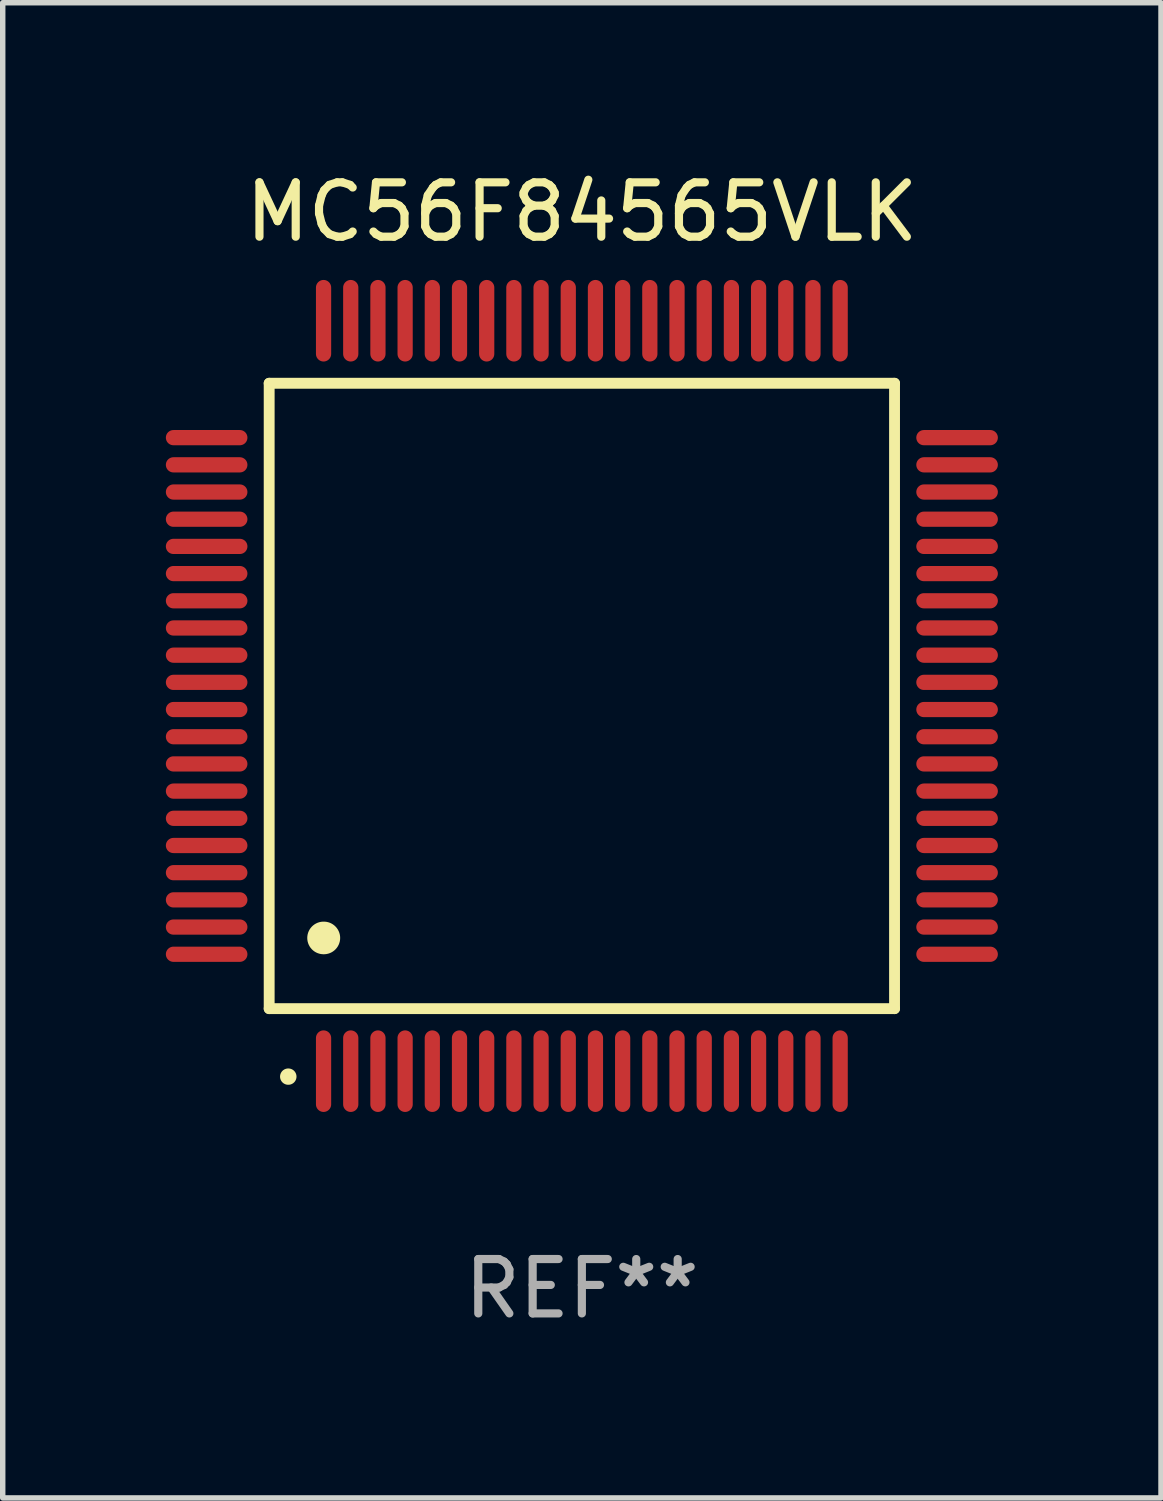
<source format=kicad_pcb>
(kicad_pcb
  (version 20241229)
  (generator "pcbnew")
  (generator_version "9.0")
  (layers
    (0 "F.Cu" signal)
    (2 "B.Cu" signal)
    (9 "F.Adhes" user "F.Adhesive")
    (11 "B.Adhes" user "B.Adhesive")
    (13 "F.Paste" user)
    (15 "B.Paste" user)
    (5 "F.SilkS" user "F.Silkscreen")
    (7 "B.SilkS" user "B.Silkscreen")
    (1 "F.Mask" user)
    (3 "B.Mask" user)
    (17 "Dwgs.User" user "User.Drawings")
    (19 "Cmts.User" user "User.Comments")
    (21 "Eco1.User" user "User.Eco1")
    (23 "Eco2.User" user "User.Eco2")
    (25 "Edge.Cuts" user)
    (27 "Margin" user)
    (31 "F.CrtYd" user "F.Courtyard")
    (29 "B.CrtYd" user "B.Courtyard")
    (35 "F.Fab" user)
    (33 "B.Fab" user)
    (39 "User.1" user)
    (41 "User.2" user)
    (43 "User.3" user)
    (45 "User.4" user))
  (footprint "MC56F84565VLK"
    (layer "F.Cu")
    (at 7.65 9.748)
    (property "Reference" "MC56F84565VLK" (at 0 -8.9 0) (layer "F.SilkS") (effects (font (size 1 1) (thickness 0.15))))
    (attr through_hole)
    (fp_line (start -5.75 -5.75) (end 5.75 -5.75) (stroke (width 0.2) (type solid)) (layer "F.SilkS"))
    (fp_line (start -5.75 5.75) (end -5.75 -5.75) (stroke (width 0.2) (type solid)) (layer "F.SilkS"))
    (fp_line (start 5.75 -5.75) (end 5.75 5.75) (stroke (width 0.2) (type solid)) (layer "F.SilkS"))
    (fp_line (start 5.75 5.75) (end -5.75 5.75) (stroke (width 0.2) (type solid)) (layer "F.SilkS"))
    (fp_arc (start -5.400051 7.000254) (mid -5.398781 7.000249) (end -5.397511 7.000254) (stroke (width 0.3) (type solid)) (layer "F.SilkS"))
    (fp_arc (start -4.749809 4.450089) (mid -4.747269 4.450078) (end -4.744729 4.450089) (stroke (width 0.6) (type solid)) (layer "F.SilkS"))
    (fp_text user "REF**" (at 0 10.9 0) (layer "F.Fab") (effects (font (size 1 1) (thickness 0.15))))
    (pad "1" smd oval (at -4.75 6.9) (size 0.28 1.5) (layers "F.Cu" "F.Mask" "F.Paste"))
    (pad "2" smd oval (at -4.25 6.9) (size 0.28 1.5) (layers "F.Cu" "F.Mask" "F.Paste"))
    (pad "3" smd oval (at -3.75 6.9) (size 0.28 1.5) (layers "F.Cu" "F.Mask" "F.Paste"))
    (pad "4" smd oval (at -3.25 6.9) (size 0.28 1.5) (layers "F.Cu" "F.Mask" "F.Paste"))
    (pad "5" smd oval (at -2.75 6.9) (size 0.28 1.5) (layers "F.Cu" "F.Mask" "F.Paste"))
    (pad "6" smd oval (at -2.25 6.9) (size 0.28 1.5) (layers "F.Cu" "F.Mask" "F.Paste"))
    (pad "7" smd oval (at -1.75 6.9) (size 0.28 1.5) (layers "F.Cu" "F.Mask" "F.Paste"))
    (pad "8" smd oval (at -1.25 6.9) (size 0.28 1.5) (layers "F.Cu" "F.Mask" "F.Paste"))
    (pad "9" smd oval (at -0.75 6.9) (size 0.28 1.5) (layers "F.Cu" "F.Mask" "F.Paste"))
    (pad "10" smd oval (at -0.25 6.9) (size 0.28 1.5) (layers "F.Cu" "F.Mask" "F.Paste"))
    (pad "11" smd oval (at 0.25 6.9) (size 0.28 1.5) (layers "F.Cu" "F.Mask" "F.Paste"))
    (pad "12" smd oval (at 0.75 6.9) (size 0.28 1.5) (layers "F.Cu" "F.Mask" "F.Paste"))
    (pad "13" smd oval (at 1.25 6.9) (size 0.28 1.5) (layers "F.Cu" "F.Mask" "F.Paste"))
    (pad "14" smd oval (at 1.75 6.9) (size 0.28 1.5) (layers "F.Cu" "F.Mask" "F.Paste"))
    (pad "15" smd oval (at 2.25 6.9) (size 0.28 1.5) (layers "F.Cu" "F.Mask" "F.Paste"))
    (pad "16" smd oval (at 2.75 6.9) (size 0.28 1.5) (layers "F.Cu" "F.Mask" "F.Paste"))
    (pad "17" smd oval (at 3.25 6.9) (size 0.28 1.5) (layers "F.Cu" "F.Mask" "F.Paste"))
    (pad "18" smd oval (at 3.75 6.9) (size 0.28 1.5) (layers "F.Cu" "F.Mask" "F.Paste"))
    (pad "19" smd oval (at 4.25 6.9) (size 0.28 1.5) (layers "F.Cu" "F.Mask" "F.Paste"))
    (pad "20" smd oval (at 4.75 6.9) (size 0.28 1.5) (layers "F.Cu" "F.Mask" "F.Paste"))
    (pad "21" smd oval (at 6.9 4.75) (size 1.5 0.28) (layers "F.Cu" "F.Mask" "F.Paste"))
    (pad "22" smd oval (at 6.9 4.25) (size 1.5 0.28) (layers "F.Cu" "F.Mask" "F.Paste"))
    (pad "23" smd oval (at 6.9 3.75) (size 1.5 0.28) (layers "F.Cu" "F.Mask" "F.Paste"))
    (pad "24" smd oval (at 6.9 3.25) (size 1.5 0.28) (layers "F.Cu" "F.Mask" "F.Paste"))
    (pad "25" smd oval (at 6.9 2.75) (size 1.5 0.28) (layers "F.Cu" "F.Mask" "F.Paste"))
    (pad "26" smd oval (at 6.9 2.25) (size 1.5 0.28) (layers "F.Cu" "F.Mask" "F.Paste"))
    (pad "27" smd oval (at 6.9 1.75) (size 1.5 0.28) (layers "F.Cu" "F.Mask" "F.Paste"))
    (pad "28" smd oval (at 6.9 1.25) (size 1.5 0.28) (layers "F.Cu" "F.Mask" "F.Paste"))
    (pad "29" smd oval (at 6.9 0.75) (size 1.5 0.28) (layers "F.Cu" "F.Mask" "F.Paste"))
    (pad "30" smd oval (at 6.9 0.25) (size 1.5 0.28) (layers "F.Cu" "F.Mask" "F.Paste"))
    (pad "31" smd oval (at 6.9 -0.25) (size 1.5 0.28) (layers "F.Cu" "F.Mask" "F.Paste"))
    (pad "32" smd oval (at 6.9 -0.75) (size 1.5 0.28) (layers "F.Cu" "F.Mask" "F.Paste"))
    (pad "33" smd oval (at 6.9 -1.25) (size 1.5 0.28) (layers "F.Cu" "F.Mask" "F.Paste"))
    (pad "34" smd oval (at 6.9 -1.75) (size 1.5 0.28) (layers "F.Cu" "F.Mask" "F.Paste"))
    (pad "35" smd oval (at 6.9 -2.25) (size 1.5 0.28) (layers "F.Cu" "F.Mask" "F.Paste"))
    (pad "36" smd oval (at 6.9 -2.75) (size 1.5 0.28) (layers "F.Cu" "F.Mask" "F.Paste"))
    (pad "37" smd oval (at 6.9 -3.25) (size 1.5 0.28) (layers "F.Cu" "F.Mask" "F.Paste"))
    (pad "38" smd oval (at 6.9 -3.75) (size 1.5 0.28) (layers "F.Cu" "F.Mask" "F.Paste"))
    (pad "39" smd oval (at 6.9 -4.25) (size 1.5 0.28) (layers "F.Cu" "F.Mask" "F.Paste"))
    (pad "40" smd oval (at 6.9 -4.75) (size 1.5 0.28) (layers "F.Cu" "F.Mask" "F.Paste"))
    (pad "41" smd oval (at 4.75 -6.9) (size 0.28 1.5) (layers "F.Cu" "F.Mask" "F.Paste"))
    (pad "42" smd oval (at 4.25 -6.9) (size 0.28 1.5) (layers "F.Cu" "F.Mask" "F.Paste"))
    (pad "43" smd oval (at 3.75 -6.9) (size 0.28 1.5) (layers "F.Cu" "F.Mask" "F.Paste"))
    (pad "44" smd oval (at 3.25 -6.9) (size 0.28 1.5) (layers "F.Cu" "F.Mask" "F.Paste"))
    (pad "45" smd oval (at 2.75 -6.9) (size 0.28 1.5) (layers "F.Cu" "F.Mask" "F.Paste"))
    (pad "46" smd oval (at 2.25 -6.9) (size 0.28 1.5) (layers "F.Cu" "F.Mask" "F.Paste"))
    (pad "47" smd oval (at 1.75 -6.9) (size 0.28 1.5) (layers "F.Cu" "F.Mask" "F.Paste"))
    (pad "48" smd oval (at 1.25 -6.9) (size 0.28 1.5) (layers "F.Cu" "F.Mask" "F.Paste"))
    (pad "49" smd oval (at 0.75 -6.9) (size 0.28 1.5) (layers "F.Cu" "F.Mask" "F.Paste"))
    (pad "50" smd oval (at 0.25 -6.9) (size 0.28 1.5) (layers "F.Cu" "F.Mask" "F.Paste"))
    (pad "51" smd oval (at -0.25 -6.9) (size 0.28 1.5) (layers "F.Cu" "F.Mask" "F.Paste"))
    (pad "52" smd oval (at -0.75 -6.9) (size 0.28 1.5) (layers "F.Cu" "F.Mask" "F.Paste"))
    (pad "53" smd oval (at -1.25 -6.9) (size 0.28 1.5) (layers "F.Cu" "F.Mask" "F.Paste"))
    (pad "54" smd oval (at -1.75 -6.9) (size 0.28 1.5) (layers "F.Cu" "F.Mask" "F.Paste"))
    (pad "55" smd oval (at -2.25 -6.9) (size 0.28 1.5) (layers "F.Cu" "F.Mask" "F.Paste"))
    (pad "56" smd oval (at -2.75 -6.9) (size 0.28 1.5) (layers "F.Cu" "F.Mask" "F.Paste"))
    (pad "57" smd oval (at -3.25 -6.9) (size 0.28 1.5) (layers "F.Cu" "F.Mask" "F.Paste"))
    (pad "58" smd oval (at -3.75 -6.9) (size 0.28 1.5) (layers "F.Cu" "F.Mask" "F.Paste"))
    (pad "59" smd oval (at -4.25 -6.9) (size 0.28 1.5) (layers "F.Cu" "F.Mask" "F.Paste"))
    (pad "60" smd oval (at -4.75 -6.9) (size 0.28 1.5) (layers "F.Cu" "F.Mask" "F.Paste"))
    (pad "61" smd oval (at -6.9 -4.75) (size 1.5 0.28) (layers "F.Cu" "F.Mask" "F.Paste"))
    (pad "62" smd oval (at -6.9 -4.25) (size 1.5 0.28) (layers "F.Cu" "F.Mask" "F.Paste"))
    (pad "63" smd oval (at -6.9 -3.75) (size 1.5 0.28) (layers "F.Cu" "F.Mask" "F.Paste"))
    (pad "64" smd oval (at -6.9 -3.25) (size 1.5 0.28) (layers "F.Cu" "F.Mask" "F.Paste"))
    (pad "65" smd oval (at -6.9 -2.75) (size 1.5 0.28) (layers "F.Cu" "F.Mask" "F.Paste"))
    (pad "66" smd oval (at -6.9 -2.25) (size 1.5 0.28) (layers "F.Cu" "F.Mask" "F.Paste"))
    (pad "67" smd oval (at -6.9 -1.75) (size 1.5 0.28) (layers "F.Cu" "F.Mask" "F.Paste"))
    (pad "68" smd oval (at -6.9 -1.25) (size 1.5 0.28) (layers "F.Cu" "F.Mask" "F.Paste"))
    (pad "69" smd oval (at -6.9 -0.75) (size 1.5 0.28) (layers "F.Cu" "F.Mask" "F.Paste"))
    (pad "70" smd oval (at -6.9 -0.25) (size 1.5 0.28) (layers "F.Cu" "F.Mask" "F.Paste"))
    (pad "71" smd oval (at -6.9 0.25) (size 1.5 0.28) (layers "F.Cu" "F.Mask" "F.Paste"))
    (pad "72" smd oval (at -6.9 0.75) (size 1.5 0.28) (layers "F.Cu" "F.Mask" "F.Paste"))
    (pad "73" smd oval (at -6.9 1.25) (size 1.5 0.28) (layers "F.Cu" "F.Mask" "F.Paste"))
    (pad "74" smd oval (at -6.9 1.75) (size 1.5 0.28) (layers "F.Cu" "F.Mask" "F.Paste"))
    (pad "75" smd oval (at -6.9 2.25) (size 1.5 0.28) (layers "F.Cu" "F.Mask" "F.Paste"))
    (pad "76" smd oval (at -6.9 2.75) (size 1.5 0.28) (layers "F.Cu" "F.Mask" "F.Paste"))
    (pad "77" smd oval (at -6.9 3.25) (size 1.5 0.28) (layers "F.Cu" "F.Mask" "F.Paste"))
    (pad "78" smd oval (at -6.9 3.75) (size 1.5 0.28) (layers "F.Cu" "F.Mask" "F.Paste"))
    (pad "79" smd oval (at -6.9 4.25) (size 1.5 0.28) (layers "F.Cu" "F.Mask" "F.Paste"))
    (pad "80" smd oval (at -6.9 4.75) (size 1.5 0.28) (layers "F.Cu" "F.Mask" "F.Paste")))
  (gr_rect
    (start -3 -3)
    (end 18.3 24.496)
    (stroke (width 0.1) (type default))
    (fill no)
    (layer "Edge.Cuts")))
</source>
